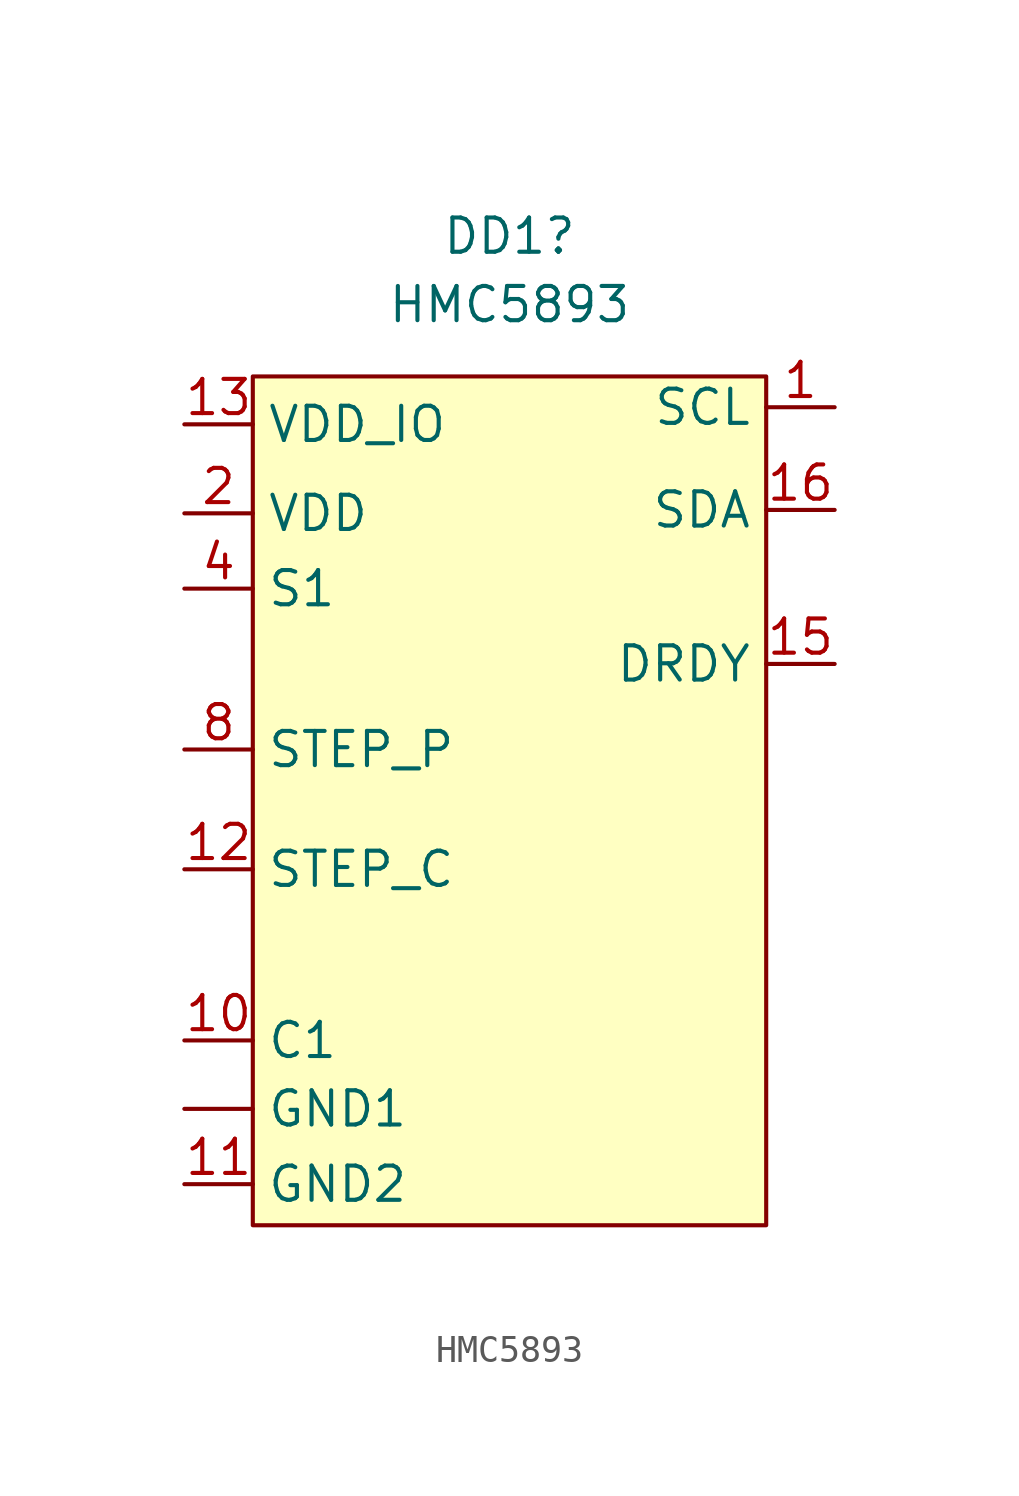
<source format=kicad_sym>
(kicad_symbol_lib
  (version 20211014)
  (generator kicad_symbol_editor)
  (symbol "HMC5893"
    (property "Reference" "DD1"
      (at 0.635 20.955 0)
      (effects (font (size 1.27 1.27))))
    (property "Value" "HMC5893"
      (at 0.635 18.415 0)
      (effects (font (size 1.27 1.27))))
    (symbol "HMC5893_0_1"
      (rectangle (start -8.89 15.748) (end 10.16 -15.748) (stroke (width 0) (type default) (color 0 0 0 0)) (fill (type background))))
    (symbol "HMC5893_1_1"
      (pin input line (at -11.43 -11.43 0) (length 2.54) (name "GND1" (effects (font (size 1.27 1.27)))) (number "" (effects (font (size 1.27 1.27)))))
      (pin input line (at 12.7 14.605 180) (length 2.54) (name "SCL" (effects (font (size 1.27 1.27)))) (number "1" (effects (font (size 1.27 1.27)))))
      (pin input line (at -11.43 -8.89 0) (length 2.54) (name "C1" (effects (font (size 1.27 1.27)))) (number "10" (effects (font (size 1.27 1.27)))))
      (pin input line (at -11.43 -14.224 0) (length 2.54) (name "GND2" (effects (font (size 1.27 1.27)))) (number "11" (effects (font (size 1.27 1.27)))))
      (pin input line (at -11.43 -2.54 0) (length 2.54) (name "STEP_C" (effects (font (size 1.27 1.27)))) (number "12" (effects (font (size 1.27 1.27)))))
      (pin input line (at -11.43 13.97 0) (length 2.54) (name "VDD_IO" (effects (font (size 1.27 1.27)))) (number "13" (effects (font (size 1.27 1.27)))))
      (pin input line (at 12.7 5.08 180) (length 2.54) (name "DRDY" (effects (font (size 1.27 1.27)))) (number "15" (effects (font (size 1.27 1.27)))))
      (pin input line (at 12.7 10.795 180) (length 2.54) (name "SDA" (effects (font (size 1.27 1.27)))) (number "16" (effects (font (size 1.27 1.27)))))
      (pin input line (at -11.43 10.668 0) (length 2.54) (name "VDD" (effects (font (size 1.27 1.27)))) (number "2" (effects (font (size 1.27 1.27)))))
      (pin input line (at -11.43 7.874 0) (length 2.54) (name "S1" (effects (font (size 1.27 1.27)))) (number "4" (effects (font (size 1.27 1.27)))))
      (pin input line (at -11.43 1.905 0) (length 2.54) (name "STEP_P" (effects (font (size 1.27 1.27)))) (number "8" (effects (font (size 1.27 1.27))))))))
</source>
